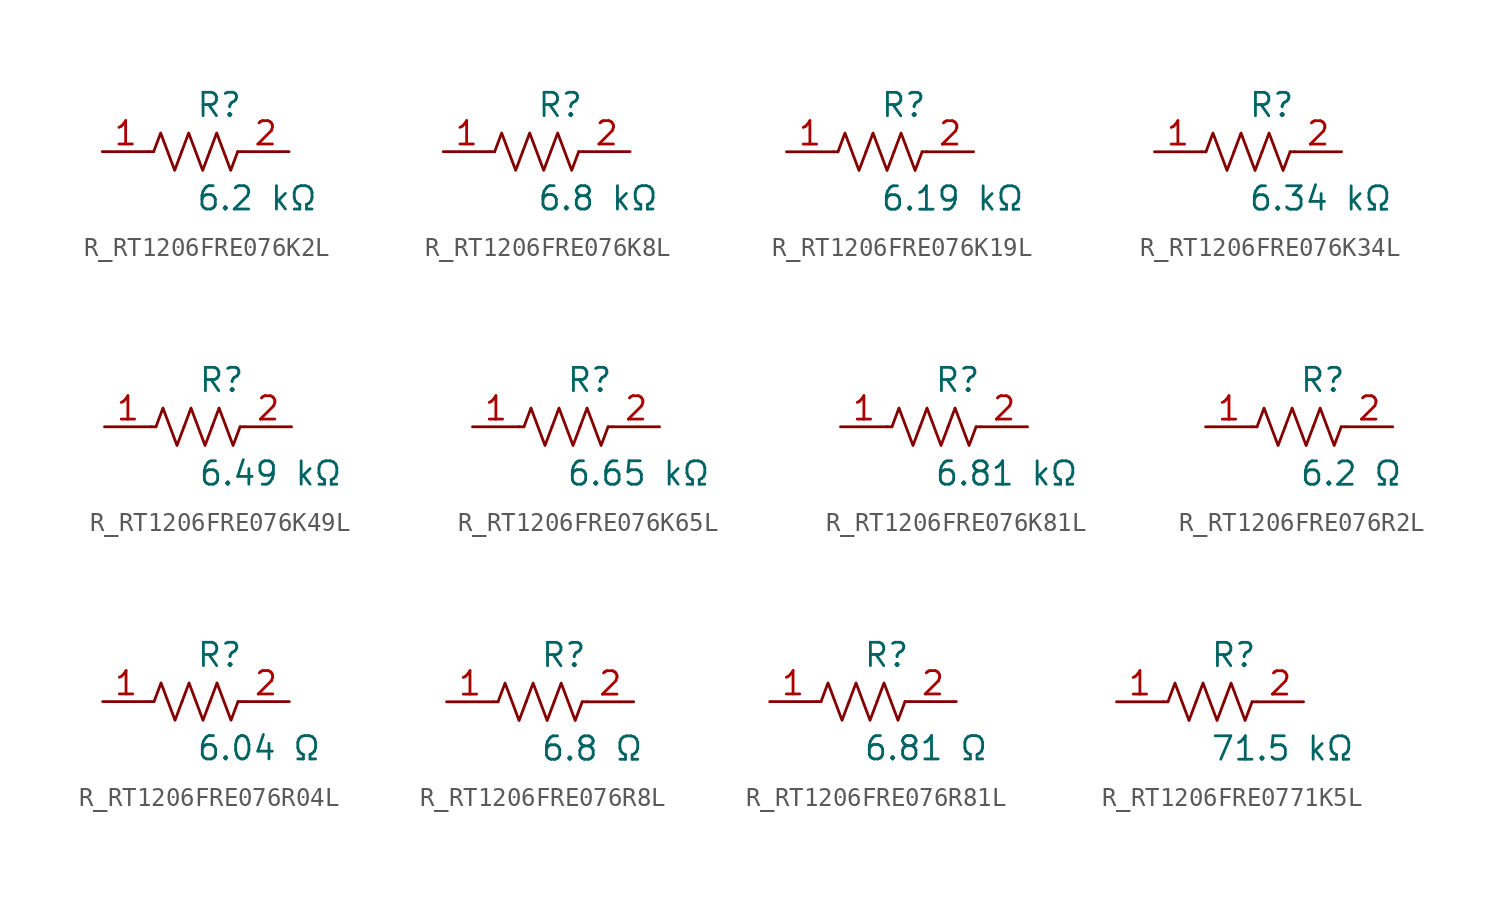
<source format=kicad_sym>
(kicad_symbol_lib
  (version 20231120)
  (generator kicad_symbol_editor)
  (generator_version 8.0)
  (symbol "R_RT1206FRE076K2L"
    (pin_names
      (offset 0.254))
    (property "Reference" "R"
      (at 0 2.54 0)
      (effects (font (size 1.27 1.27)) (justify left)))
    (property "Value" "6.2 kΩ"
      (at 0 -2.54 0)
      (effects (font (size 1.27 1.27)) (justify left)))
    (symbol "R_RT1206FRE076K2L_0_1"
      (polyline (pts (xy 2.286 0) (xy 2.54 0)) (stroke (width 0) (type default)) (fill (type none)))
      (polyline (pts (xy -2.286 0) (xy -2.54 0)) (stroke (width 0) (type default)) (fill (type none)))
      (polyline (pts (xy 0.762 0) (xy 1.143 1.016) (xy 1.524 0) (xy 1.905 -1.016) (xy 2.286 0)) (stroke (width 0) (type default)) (fill (type none)))
      (polyline (pts (xy -0.762 0) (xy -0.381 1.016) (xy 0 0) (xy 0.381 -1.016) (xy 0.762 0)) (stroke (width 0) (type default)) (fill (type none)))
      (polyline (pts (xy -2.286 0) (xy -1.905 1.016) (xy -1.524 0) (xy -1.143 -1.016) (xy -0.762 0)) (stroke (width 0) (type default)) (fill (type none))))
    (pin unspecified line
      (at -5.08 0 0)
      (length 2.54)
      (name "" (effects (font (size 1.27 1.27))))
      (number "1" (effects (font (size 1.27 1.27)))))
    (pin unspecified line
      (at 5.08 0 180)
      (length 2.54)
      (name "" (effects (font (size 1.27 1.27))))
      (number "2" (effects (font (size 1.27 1.27))))))
  (symbol "R_RT1206FRE076K8L"
    (pin_names
      (offset 0.254))
    (property "Reference" "R"
      (at 0 2.54 0)
      (effects (font (size 1.27 1.27)) (justify left)))
    (property "Value" "6.8 kΩ"
      (at 0 -2.54 0)
      (effects (font (size 1.27 1.27)) (justify left)))
    (symbol "R_RT1206FRE076K8L_0_1"
      (polyline (pts (xy 2.286 0) (xy 2.54 0)) (stroke (width 0) (type default)) (fill (type none)))
      (polyline (pts (xy -2.286 0) (xy -2.54 0)) (stroke (width 0) (type default)) (fill (type none)))
      (polyline (pts (xy 0.762 0) (xy 1.143 1.016) (xy 1.524 0) (xy 1.905 -1.016) (xy 2.286 0)) (stroke (width 0) (type default)) (fill (type none)))
      (polyline (pts (xy -0.762 0) (xy -0.381 1.016) (xy 0 0) (xy 0.381 -1.016) (xy 0.762 0)) (stroke (width 0) (type default)) (fill (type none)))
      (polyline (pts (xy -2.286 0) (xy -1.905 1.016) (xy -1.524 0) (xy -1.143 -1.016) (xy -0.762 0)) (stroke (width 0) (type default)) (fill (type none))))
    (pin unspecified line
      (at -5.08 0 0)
      (length 2.54)
      (name "" (effects (font (size 1.27 1.27))))
      (number "1" (effects (font (size 1.27 1.27)))))
    (pin unspecified line
      (at 5.08 0 180)
      (length 2.54)
      (name "" (effects (font (size 1.27 1.27))))
      (number "2" (effects (font (size 1.27 1.27))))))
  (symbol "R_RT1206FRE076K19L"
    (pin_names
      (offset 0.254))
    (property "Reference" "R"
      (at 0 2.54 0)
      (effects (font (size 1.27 1.27)) (justify left)))
    (property "Value" "6.19 kΩ"
      (at 0 -2.54 0)
      (effects (font (size 1.27 1.27)) (justify left)))
    (symbol "R_RT1206FRE076K19L_0_1"
      (polyline (pts (xy 2.286 0) (xy 2.54 0)) (stroke (width 0) (type default)) (fill (type none)))
      (polyline (pts (xy -2.286 0) (xy -2.54 0)) (stroke (width 0) (type default)) (fill (type none)))
      (polyline (pts (xy 0.762 0) (xy 1.143 1.016) (xy 1.524 0) (xy 1.905 -1.016) (xy 2.286 0)) (stroke (width 0) (type default)) (fill (type none)))
      (polyline (pts (xy -0.762 0) (xy -0.381 1.016) (xy 0 0) (xy 0.381 -1.016) (xy 0.762 0)) (stroke (width 0) (type default)) (fill (type none)))
      (polyline (pts (xy -2.286 0) (xy -1.905 1.016) (xy -1.524 0) (xy -1.143 -1.016) (xy -0.762 0)) (stroke (width 0) (type default)) (fill (type none))))
    (pin unspecified line
      (at -5.08 0 0)
      (length 2.54)
      (name "" (effects (font (size 1.27 1.27))))
      (number "1" (effects (font (size 1.27 1.27)))))
    (pin unspecified line
      (at 5.08 0 180)
      (length 2.54)
      (name "" (effects (font (size 1.27 1.27))))
      (number "2" (effects (font (size 1.27 1.27))))))
  (symbol "R_RT1206FRE076K34L"
    (pin_names
      (offset 0.254))
    (property "Reference" "R"
      (at 0 2.54 0)
      (effects (font (size 1.27 1.27)) (justify left)))
    (property "Value" "6.34 kΩ"
      (at 0 -2.54 0)
      (effects (font (size 1.27 1.27)) (justify left)))
    (symbol "R_RT1206FRE076K34L_0_1"
      (polyline (pts (xy 2.286 0) (xy 2.54 0)) (stroke (width 0) (type default)) (fill (type none)))
      (polyline (pts (xy -2.286 0) (xy -2.54 0)) (stroke (width 0) (type default)) (fill (type none)))
      (polyline (pts (xy 0.762 0) (xy 1.143 1.016) (xy 1.524 0) (xy 1.905 -1.016) (xy 2.286 0)) (stroke (width 0) (type default)) (fill (type none)))
      (polyline (pts (xy -0.762 0) (xy -0.381 1.016) (xy 0 0) (xy 0.381 -1.016) (xy 0.762 0)) (stroke (width 0) (type default)) (fill (type none)))
      (polyline (pts (xy -2.286 0) (xy -1.905 1.016) (xy -1.524 0) (xy -1.143 -1.016) (xy -0.762 0)) (stroke (width 0) (type default)) (fill (type none))))
    (pin unspecified line
      (at -5.08 0 0)
      (length 2.54)
      (name "" (effects (font (size 1.27 1.27))))
      (number "1" (effects (font (size 1.27 1.27)))))
    (pin unspecified line
      (at 5.08 0 180)
      (length 2.54)
      (name "" (effects (font (size 1.27 1.27))))
      (number "2" (effects (font (size 1.27 1.27))))))
  (symbol "R_RT1206FRE076K49L"
    (pin_names
      (offset 0.254))
    (property "Reference" "R"
      (at 0 2.54 0)
      (effects (font (size 1.27 1.27)) (justify left)))
    (property "Value" "6.49 kΩ"
      (at 0 -2.54 0)
      (effects (font (size 1.27 1.27)) (justify left)))
    (symbol "R_RT1206FRE076K49L_0_1"
      (polyline (pts (xy 2.286 0) (xy 2.54 0)) (stroke (width 0) (type default)) (fill (type none)))
      (polyline (pts (xy -2.286 0) (xy -2.54 0)) (stroke (width 0) (type default)) (fill (type none)))
      (polyline (pts (xy 0.762 0) (xy 1.143 1.016) (xy 1.524 0) (xy 1.905 -1.016) (xy 2.286 0)) (stroke (width 0) (type default)) (fill (type none)))
      (polyline (pts (xy -0.762 0) (xy -0.381 1.016) (xy 0 0) (xy 0.381 -1.016) (xy 0.762 0)) (stroke (width 0) (type default)) (fill (type none)))
      (polyline (pts (xy -2.286 0) (xy -1.905 1.016) (xy -1.524 0) (xy -1.143 -1.016) (xy -0.762 0)) (stroke (width 0) (type default)) (fill (type none))))
    (pin unspecified line
      (at -5.08 0 0)
      (length 2.54)
      (name "" (effects (font (size 1.27 1.27))))
      (number "1" (effects (font (size 1.27 1.27)))))
    (pin unspecified line
      (at 5.08 0 180)
      (length 2.54)
      (name "" (effects (font (size 1.27 1.27))))
      (number "2" (effects (font (size 1.27 1.27))))))
  (symbol "R_RT1206FRE076K65L"
    (pin_names
      (offset 0.254))
    (property "Reference" "R"
      (at 0 2.54 0)
      (effects (font (size 1.27 1.27)) (justify left)))
    (property "Value" "6.65 kΩ"
      (at 0 -2.54 0)
      (effects (font (size 1.27 1.27)) (justify left)))
    (symbol "R_RT1206FRE076K65L_0_1"
      (polyline (pts (xy 2.286 0) (xy 2.54 0)) (stroke (width 0) (type default)) (fill (type none)))
      (polyline (pts (xy -2.286 0) (xy -2.54 0)) (stroke (width 0) (type default)) (fill (type none)))
      (polyline (pts (xy 0.762 0) (xy 1.143 1.016) (xy 1.524 0) (xy 1.905 -1.016) (xy 2.286 0)) (stroke (width 0) (type default)) (fill (type none)))
      (polyline (pts (xy -0.762 0) (xy -0.381 1.016) (xy 0 0) (xy 0.381 -1.016) (xy 0.762 0)) (stroke (width 0) (type default)) (fill (type none)))
      (polyline (pts (xy -2.286 0) (xy -1.905 1.016) (xy -1.524 0) (xy -1.143 -1.016) (xy -0.762 0)) (stroke (width 0) (type default)) (fill (type none))))
    (pin unspecified line
      (at -5.08 0 0)
      (length 2.54)
      (name "" (effects (font (size 1.27 1.27))))
      (number "1" (effects (font (size 1.27 1.27)))))
    (pin unspecified line
      (at 5.08 0 180)
      (length 2.54)
      (name "" (effects (font (size 1.27 1.27))))
      (number "2" (effects (font (size 1.27 1.27))))))
  (symbol "R_RT1206FRE076K81L"
    (pin_names
      (offset 0.254))
    (property "Reference" "R"
      (at 0 2.54 0)
      (effects (font (size 1.27 1.27)) (justify left)))
    (property "Value" "6.81 kΩ"
      (at 0 -2.54 0)
      (effects (font (size 1.27 1.27)) (justify left)))
    (symbol "R_RT1206FRE076K81L_0_1"
      (polyline (pts (xy 2.286 0) (xy 2.54 0)) (stroke (width 0) (type default)) (fill (type none)))
      (polyline (pts (xy -2.286 0) (xy -2.54 0)) (stroke (width 0) (type default)) (fill (type none)))
      (polyline (pts (xy 0.762 0) (xy 1.143 1.016) (xy 1.524 0) (xy 1.905 -1.016) (xy 2.286 0)) (stroke (width 0) (type default)) (fill (type none)))
      (polyline (pts (xy -0.762 0) (xy -0.381 1.016) (xy 0 0) (xy 0.381 -1.016) (xy 0.762 0)) (stroke (width 0) (type default)) (fill (type none)))
      (polyline (pts (xy -2.286 0) (xy -1.905 1.016) (xy -1.524 0) (xy -1.143 -1.016) (xy -0.762 0)) (stroke (width 0) (type default)) (fill (type none))))
    (pin unspecified line
      (at -5.08 0 0)
      (length 2.54)
      (name "" (effects (font (size 1.27 1.27))))
      (number "1" (effects (font (size 1.27 1.27)))))
    (pin unspecified line
      (at 5.08 0 180)
      (length 2.54)
      (name "" (effects (font (size 1.27 1.27))))
      (number "2" (effects (font (size 1.27 1.27))))))
  (symbol "R_RT1206FRE076R2L"
    (pin_names
      (offset 0.254))
    (property "Reference" "R"
      (at 0 2.54 0)
      (effects (font (size 1.27 1.27)) (justify left)))
    (property "Value" "6.2 Ω"
      (at 0 -2.54 0)
      (effects (font (size 1.27 1.27)) (justify left)))
    (symbol "R_RT1206FRE076R2L_0_1"
      (polyline (pts (xy 2.286 0) (xy 2.54 0)) (stroke (width 0) (type default)) (fill (type none)))
      (polyline (pts (xy -2.286 0) (xy -2.54 0)) (stroke (width 0) (type default)) (fill (type none)))
      (polyline (pts (xy 0.762 0) (xy 1.143 1.016) (xy 1.524 0) (xy 1.905 -1.016) (xy 2.286 0)) (stroke (width 0) (type default)) (fill (type none)))
      (polyline (pts (xy -0.762 0) (xy -0.381 1.016) (xy 0 0) (xy 0.381 -1.016) (xy 0.762 0)) (stroke (width 0) (type default)) (fill (type none)))
      (polyline (pts (xy -2.286 0) (xy -1.905 1.016) (xy -1.524 0) (xy -1.143 -1.016) (xy -0.762 0)) (stroke (width 0) (type default)) (fill (type none))))
    (pin unspecified line
      (at -5.08 0 0)
      (length 2.54)
      (name "" (effects (font (size 1.27 1.27))))
      (number "1" (effects (font (size 1.27 1.27)))))
    (pin unspecified line
      (at 5.08 0 180)
      (length 2.54)
      (name "" (effects (font (size 1.27 1.27))))
      (number "2" (effects (font (size 1.27 1.27))))))
  (symbol "R_RT1206FRE076R04L"
    (pin_names
      (offset 0.254))
    (property "Reference" "R"
      (at 0 2.54 0)
      (effects (font (size 1.27 1.27)) (justify left)))
    (property "Value" "6.04 Ω"
      (at 0 -2.54 0)
      (effects (font (size 1.27 1.27)) (justify left)))
    (symbol "R_RT1206FRE076R04L_0_1"
      (polyline (pts (xy 2.286 0) (xy 2.54 0)) (stroke (width 0) (type default)) (fill (type none)))
      (polyline (pts (xy -2.286 0) (xy -2.54 0)) (stroke (width 0) (type default)) (fill (type none)))
      (polyline (pts (xy 0.762 0) (xy 1.143 1.016) (xy 1.524 0) (xy 1.905 -1.016) (xy 2.286 0)) (stroke (width 0) (type default)) (fill (type none)))
      (polyline (pts (xy -0.762 0) (xy -0.381 1.016) (xy 0 0) (xy 0.381 -1.016) (xy 0.762 0)) (stroke (width 0) (type default)) (fill (type none)))
      (polyline (pts (xy -2.286 0) (xy -1.905 1.016) (xy -1.524 0) (xy -1.143 -1.016) (xy -0.762 0)) (stroke (width 0) (type default)) (fill (type none))))
    (pin unspecified line
      (at -5.08 0 0)
      (length 2.54)
      (name "" (effects (font (size 1.27 1.27))))
      (number "1" (effects (font (size 1.27 1.27)))))
    (pin unspecified line
      (at 5.08 0 180)
      (length 2.54)
      (name "" (effects (font (size 1.27 1.27))))
      (number "2" (effects (font (size 1.27 1.27))))))
  (symbol "R_RT1206FRE076R8L"
    (pin_names
      (offset 0.254))
    (property "Reference" "R"
      (at 0 2.54 0)
      (effects (font (size 1.27 1.27)) (justify left)))
    (property "Value" "6.8 Ω"
      (at 0 -2.54 0)
      (effects (font (size 1.27 1.27)) (justify left)))
    (symbol "R_RT1206FRE076R8L_0_1"
      (polyline (pts (xy 2.286 0) (xy 2.54 0)) (stroke (width 0) (type default)) (fill (type none)))
      (polyline (pts (xy -2.286 0) (xy -2.54 0)) (stroke (width 0) (type default)) (fill (type none)))
      (polyline (pts (xy 0.762 0) (xy 1.143 1.016) (xy 1.524 0) (xy 1.905 -1.016) (xy 2.286 0)) (stroke (width 0) (type default)) (fill (type none)))
      (polyline (pts (xy -0.762 0) (xy -0.381 1.016) (xy 0 0) (xy 0.381 -1.016) (xy 0.762 0)) (stroke (width 0) (type default)) (fill (type none)))
      (polyline (pts (xy -2.286 0) (xy -1.905 1.016) (xy -1.524 0) (xy -1.143 -1.016) (xy -0.762 0)) (stroke (width 0) (type default)) (fill (type none))))
    (pin unspecified line
      (at -5.08 0 0)
      (length 2.54)
      (name "" (effects (font (size 1.27 1.27))))
      (number "1" (effects (font (size 1.27 1.27)))))
    (pin unspecified line
      (at 5.08 0 180)
      (length 2.54)
      (name "" (effects (font (size 1.27 1.27))))
      (number "2" (effects (font (size 1.27 1.27))))))
  (symbol "R_RT1206FRE076R81L"
    (pin_names
      (offset 0.254))
    (property "Reference" "R"
      (at 0 2.54 0)
      (effects (font (size 1.27 1.27)) (justify left)))
    (property "Value" "6.81 Ω"
      (at 0 -2.54 0)
      (effects (font (size 1.27 1.27)) (justify left)))
    (symbol "R_RT1206FRE076R81L_0_1"
      (polyline (pts (xy 2.286 0) (xy 2.54 0)) (stroke (width 0) (type default)) (fill (type none)))
      (polyline (pts (xy -2.286 0) (xy -2.54 0)) (stroke (width 0) (type default)) (fill (type none)))
      (polyline (pts (xy 0.762 0) (xy 1.143 1.016) (xy 1.524 0) (xy 1.905 -1.016) (xy 2.286 0)) (stroke (width 0) (type default)) (fill (type none)))
      (polyline (pts (xy -0.762 0) (xy -0.381 1.016) (xy 0 0) (xy 0.381 -1.016) (xy 0.762 0)) (stroke (width 0) (type default)) (fill (type none)))
      (polyline (pts (xy -2.286 0) (xy -1.905 1.016) (xy -1.524 0) (xy -1.143 -1.016) (xy -0.762 0)) (stroke (width 0) (type default)) (fill (type none))))
    (pin unspecified line
      (at -5.08 0 0)
      (length 2.54)
      (name "" (effects (font (size 1.27 1.27))))
      (number "1" (effects (font (size 1.27 1.27)))))
    (pin unspecified line
      (at 5.08 0 180)
      (length 2.54)
      (name "" (effects (font (size 1.27 1.27))))
      (number "2" (effects (font (size 1.27 1.27))))))
  (symbol "R_RT1206FRE0771K5L"
    (pin_names
      (offset 0.254))
    (property "Reference" "R"
      (at 0 2.54 0)
      (effects (font (size 1.27 1.27)) (justify left)))
    (property "Value" "71.5 kΩ"
      (at 0 -2.54 0)
      (effects (font (size 1.27 1.27)) (justify left)))
    (symbol "R_RT1206FRE0771K5L_0_1"
      (polyline (pts (xy 2.286 0) (xy 2.54 0)) (stroke (width 0) (type default)) (fill (type none)))
      (polyline (pts (xy -2.286 0) (xy -2.54 0)) (stroke (width 0) (type default)) (fill (type none)))
      (polyline (pts (xy 0.762 0) (xy 1.143 1.016) (xy 1.524 0) (xy 1.905 -1.016) (xy 2.286 0)) (stroke (width 0) (type default)) (fill (type none)))
      (polyline (pts (xy -0.762 0) (xy -0.381 1.016) (xy 0 0) (xy 0.381 -1.016) (xy 0.762 0)) (stroke (width 0) (type default)) (fill (type none)))
      (polyline (pts (xy -2.286 0) (xy -1.905 1.016) (xy -1.524 0) (xy -1.143 -1.016) (xy -0.762 0)) (stroke (width 0) (type default)) (fill (type none))))
    (pin unspecified line
      (at -5.08 0 0)
      (length 2.54)
      (name "" (effects (font (size 1.27 1.27))))
      (number "1" (effects (font (size 1.27 1.27)))))
    (pin unspecified line
      (at 5.08 0 180)
      (length 2.54)
      (name "" (effects (font (size 1.27 1.27))))
      (number "2" (effects (font (size 1.27 1.27)))))))
</source>
